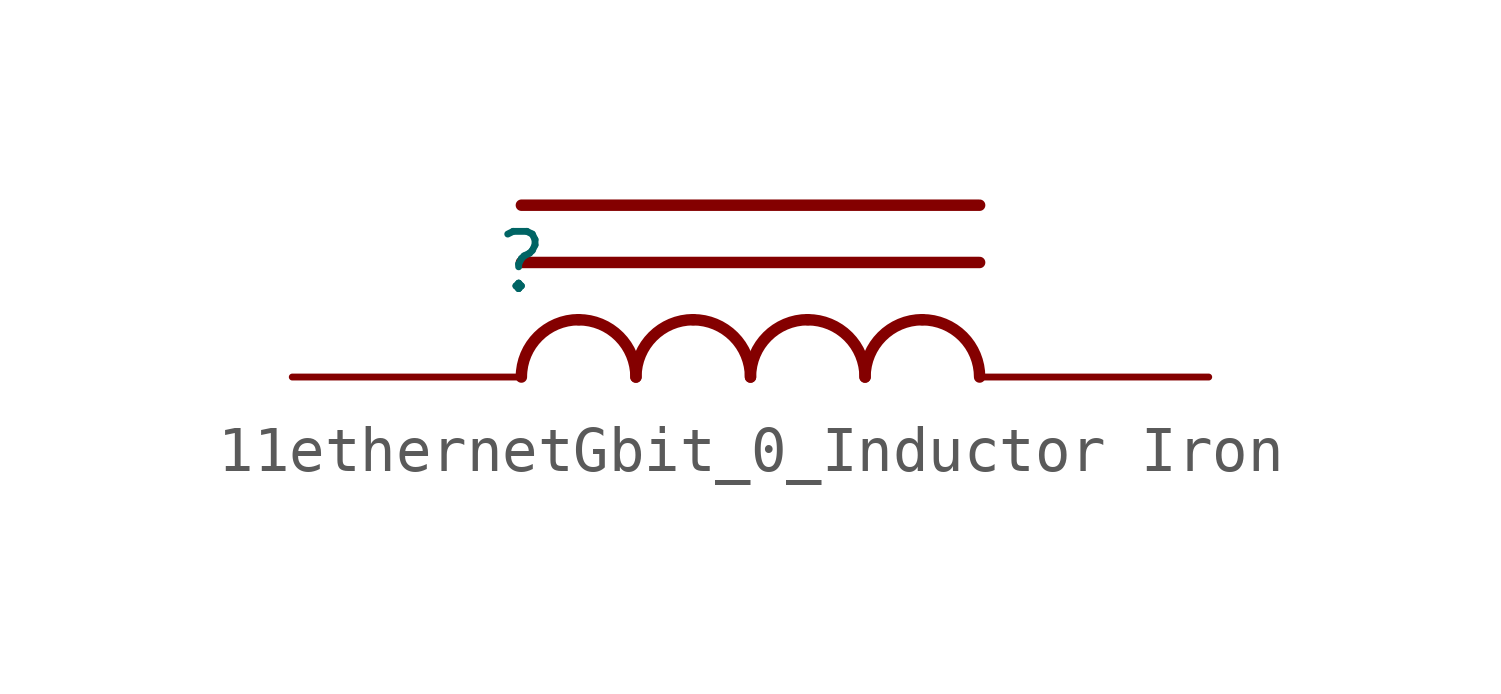
<source format=kicad_sym>
(kicad_symbol_lib
  (version 20220914)
  (generator kicad_symbol_editor)
  (symbol "11ethernetGbit_0_Inductor Iron"
    (property "Reference" ""
      (at 0 0 0)
      (effects (font (size 1.27 1.27))))
    (property "Value" ""
      (at 0 0 0)
      (effects (font (size 1.27 1.27))))
    (symbol "11ethernetGbit_0_Inductor Iron_1_0"
      (polyline (pts (xy 0 0) (xy 10.16 0)) (stroke (width 0.254) (type solid)) (fill (type none)))
      (polyline (pts (xy 10.16 1.27) (xy 0 1.27)) (stroke (width 0.254) (type solid)) (fill (type none)))
      (arc (start 1.27 -1.27) (mid 0.372 -1.642) (end 0 -2.54) (stroke (width 0.254) (type solid)) (fill (type none)))
      (arc (start 2.54 -2.54) (mid 2.168 -1.642) (end 1.27 -1.27) (stroke (width 0.254) (type solid)) (fill (type none)))
      (arc (start 3.81 -1.27) (mid 2.912 -1.642) (end 2.54 -2.54) (stroke (width 0.254) (type solid)) (fill (type none)))
      (arc (start 5.08 -2.54) (mid 4.708 -1.642) (end 3.81 -1.27) (stroke (width 0.254) (type solid)) (fill (type none)))
      (arc (start 6.35 -1.27) (mid 5.452 -1.642) (end 5.08 -2.54) (stroke (width 0.254) (type solid)) (fill (type none)))
      (arc (start 7.62 -2.54) (mid 7.248 -1.642) (end 6.35 -1.27) (stroke (width 0.254) (type solid)) (fill (type none)))
      (arc (start 8.89 -1.27) (mid 7.992 -1.642) (end 7.62 -2.54) (stroke (width 0.254) (type solid)) (fill (type none)))
      (arc (start 10.16 -2.54) (mid 9.788 -1.642) (end 8.89 -1.27) (stroke (width 0.254) (type solid)) (fill (type none)))
      (pin passive line (at -5.08 -2.54 0) (length 5.08) (name "1" (effects (font (size 0 0)))) (number "1" (effects (font (size 0 0)))))
      (pin passive line (at 15.24 -2.54 180) (length 5.08) (name "2" (effects (font (size 0 0)))) (number "2" (effects (font (size 0 0))))))))
</source>
